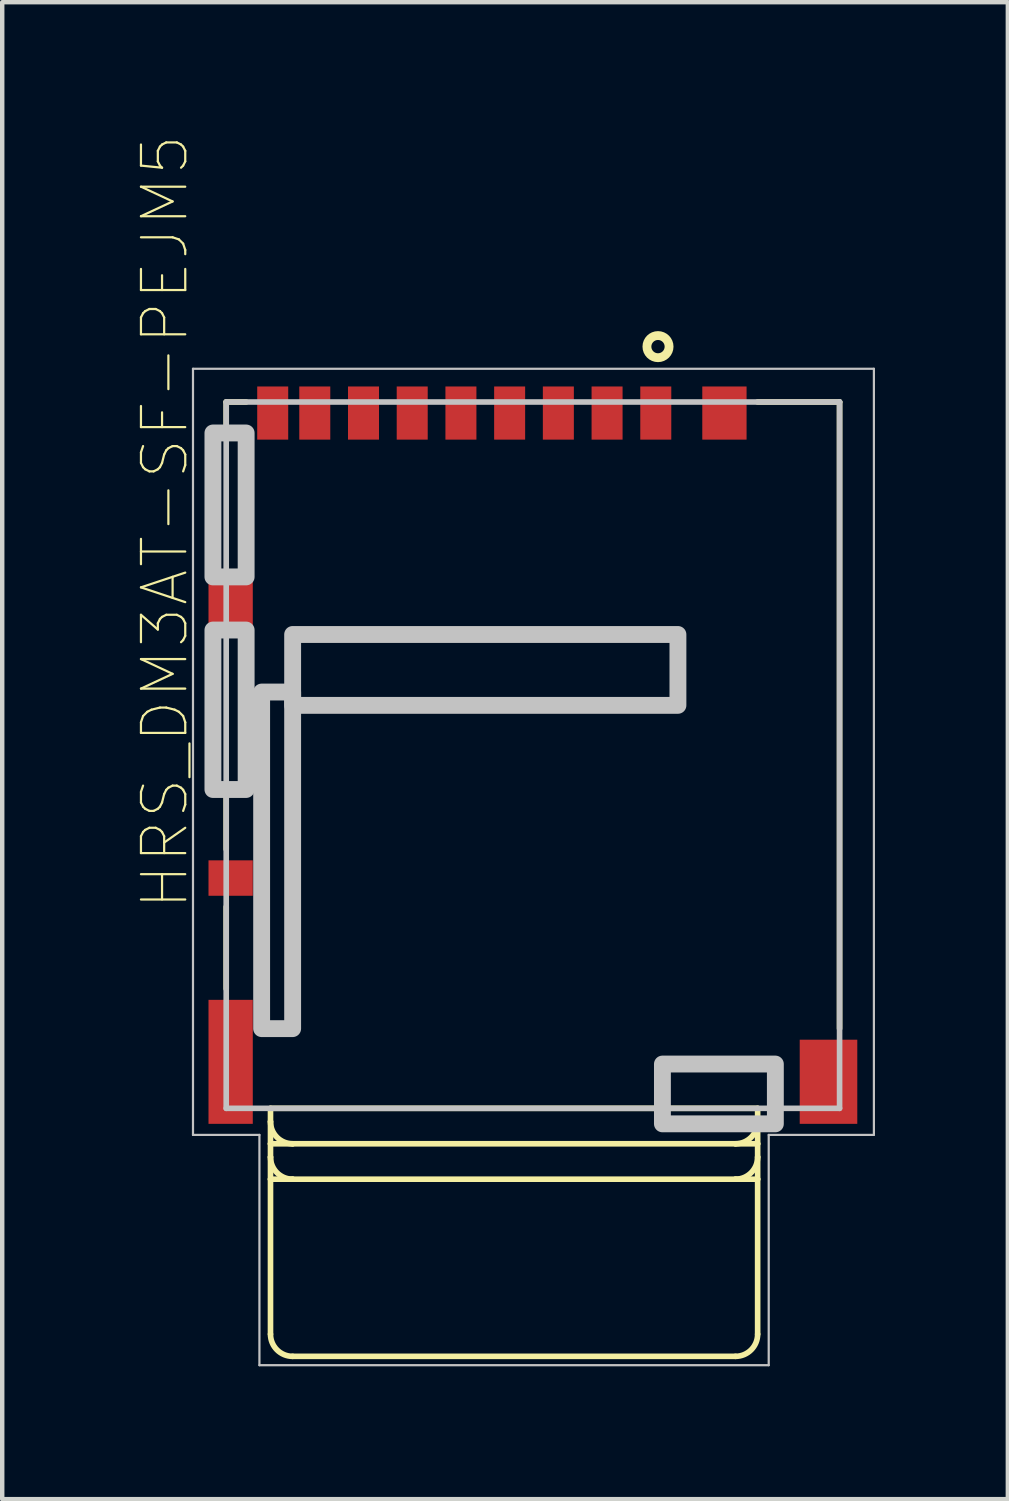
<source format=kicad_pcb>
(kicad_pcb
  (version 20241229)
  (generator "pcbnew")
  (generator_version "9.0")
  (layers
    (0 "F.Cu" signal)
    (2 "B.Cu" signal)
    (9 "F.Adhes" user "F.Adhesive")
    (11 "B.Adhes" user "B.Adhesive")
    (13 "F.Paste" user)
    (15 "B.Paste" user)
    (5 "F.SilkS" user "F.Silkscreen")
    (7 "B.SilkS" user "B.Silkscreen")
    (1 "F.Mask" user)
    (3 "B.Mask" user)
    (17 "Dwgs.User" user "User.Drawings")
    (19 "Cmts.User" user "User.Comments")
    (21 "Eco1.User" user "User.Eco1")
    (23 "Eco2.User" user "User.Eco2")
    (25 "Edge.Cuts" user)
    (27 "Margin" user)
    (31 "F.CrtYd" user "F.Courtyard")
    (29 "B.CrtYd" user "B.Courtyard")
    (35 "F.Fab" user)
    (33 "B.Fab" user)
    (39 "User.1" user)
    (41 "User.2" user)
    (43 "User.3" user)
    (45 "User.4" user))
  (footprint "HRS_DM3AT-SF-PEJM5"
    (layer "F.Cu")
    (at 8.558 6.277)
    (property "Reference" "HRS_DM3AT-SF-PEJM5" (at -7.885 2.46 90) (layer "F.SilkS") (effects (font (size 1 1) (thickness 0.05))))
    (attr smd)
    (fp_line (start -6.5 -0.25) (end -6.5 0.3) (stroke (width 0.127) (type solid)) (layer "F.SilkS"))
    (fp_line (start -6.5 8.65) (end -6.5 9.85) (stroke (width 0.127) (type solid)) (layer "F.SilkS"))
    (fp_line (start -6.5 11.15) (end -6.5 13) (stroke (width 0.127) (type solid)) (layer "F.SilkS"))
    (fp_line (start -6.05 -0.25) (end -6.5 -0.25) (stroke (width 0.127) (type solid)) (layer "F.SilkS"))
    (fp_line (start -5.5 15.7) (end -5.5 16) (stroke (width 0.127) (type solid)) (layer "F.SilkS"))
    (fp_line (start -5.5 15.7) (end 5.5 15.7) (stroke (width 0.127) (type solid)) (layer "F.SilkS"))
    (fp_line (start -5.5 16.5) (end -5.5 16) (stroke (width 0.127) (type solid)) (layer "F.SilkS"))
    (fp_line (start -5.5 16.5) (end -5.5 16.8) (stroke (width 0.127) (type solid)) (layer "F.SilkS"))
    (fp_line (start -5.5 17.3) (end -5.5 16.8) (stroke (width 0.127) (type solid)) (layer "F.SilkS"))
    (fp_line (start -5.5 17.3) (end -5.5 20.8) (stroke (width 0.127) (type solid)) (layer "F.SilkS"))
    (fp_line (start -5 16.5) (end -5.5 16.5) (stroke (width 0.127) (type solid)) (layer "F.SilkS"))
    (fp_line (start -5 17.3) (end -5.5 17.3) (stroke (width 0.127) (type solid)) (layer "F.SilkS"))
    (fp_line (start 5 16.5) (end -5 16.5) (stroke (width 0.127) (type solid)) (layer "F.SilkS"))
    (fp_line (start 5 17.3) (end -5 17.3) (stroke (width 0.127) (type solid)) (layer "F.SilkS"))
    (fp_line (start 5 21.3) (end -5 21.3) (stroke (width 0.127) (type solid)) (layer "F.SilkS"))
    (fp_line (start 5.5 -0.25) (end 7.35 -0.25) (stroke (width 0.127) (type solid)) (layer "F.SilkS"))
    (fp_line (start 5.5 15.7) (end 5.5 16) (stroke (width 0.127) (type solid)) (layer "F.SilkS"))
    (fp_line (start 5.5 16) (end 5.5 16.5) (stroke (width 0.127) (type solid)) (layer "F.SilkS"))
    (fp_line (start 5.5 16.5) (end 5 16.5) (stroke (width 0.127) (type solid)) (layer "F.SilkS"))
    (fp_line (start 5.5 16.5) (end 5.5 16.8) (stroke (width 0.127) (type solid)) (layer "F.SilkS"))
    (fp_line (start 5.5 16.8) (end 5.5 17.3) (stroke (width 0.127) (type solid)) (layer "F.SilkS"))
    (fp_line (start 5.5 17.3) (end 5 17.3) (stroke (width 0.127) (type solid)) (layer "F.SilkS"))
    (fp_line (start 5.5 17.3) (end 5.5 20.8) (stroke (width 0.127) (type solid)) (layer "F.SilkS"))
    (fp_line (start 7.35 -0.25) (end 7.35 13.9) (stroke (width 0.127) (type solid)) (layer "F.SilkS"))
    (fp_arc (start -5 16.5) (mid -5.353553 16.353553) (end -5.5 16) (stroke (width 0.127) (type solid)) (layer "F.SilkS"))
    (fp_arc (start -5 17.3) (mid -5.353553 17.153553) (end -5.5 16.8) (stroke (width 0.127) (type solid)) (layer "F.SilkS"))
    (fp_arc (start -5 21.3) (mid -5.353553 21.153553) (end -5.5 20.8) (stroke (width 0.127) (type solid)) (layer "F.SilkS"))
    (fp_arc (start 5.5 16) (mid 5.353553 16.353553) (end 5 16.5) (stroke (width 0.127) (type solid)) (layer "F.SilkS"))
    (fp_arc (start 5.5 16.8) (mid 5.353553 17.153553) (end 5 17.3) (stroke (width 0.127) (type solid)) (layer "F.SilkS"))
    (fp_arc (start 5.5 20.8) (mid 5.353553 21.153553) (end 5 21.3) (stroke (width 0.127) (type solid)) (layer "F.SilkS"))
    (fp_circle (center 3.25 -1.5) (end 3.5 -1.5) (stroke (width 0.2) (type solid)) (fill no) (layer "F.SilkS"))
    (fp_line (start -7.25 -1) (end 8.125 -1) (stroke (width 0.05) (type solid)) (layer "Dwgs.User"))
    (fp_line (start -7.25 16.3) (end -7.25 -1) (stroke (width 0.05) (type solid)) (layer "Dwgs.User"))
    (fp_line (start -6.5 -0.25) (end 7.35 -0.25) (stroke (width 0.127) (type solid)) (layer "Dwgs.User"))
    (fp_line (start -6.5 15.7) (end -6.5 -0.25) (stroke (width 0.127) (type solid)) (layer "Dwgs.User"))
    (fp_line (start -5.75 16.3) (end -7.25 16.3) (stroke (width 0.05) (type solid)) (layer "Dwgs.User"))
    (fp_line (start -5.75 21.5) (end -5.75 16.3) (stroke (width 0.05) (type solid)) (layer "Dwgs.User"))
    (fp_line (start 5.75 16.3) (end 5.75 21.5) (stroke (width 0.05) (type solid)) (layer "Dwgs.User"))
    (fp_line (start 5.75 21.5) (end -5.75 21.5) (stroke (width 0.05) (type solid)) (layer "Dwgs.User"))
    (fp_line (start 7.35 -0.25) (end 7.35 15.7) (stroke (width 0.127) (type solid)) (layer "Dwgs.User"))
    (fp_line (start 7.35 15.7) (end -6.5 15.7) (stroke (width 0.127) (type solid)) (layer "Dwgs.User"))
    (fp_line (start 8.125 -1) (end 8.125 16.3) (stroke (width 0.05) (type solid)) (layer "Dwgs.User"))
    (fp_line (start 8.125 16.3) (end 5.75 16.3) (stroke (width 0.05) (type solid)) (layer "Dwgs.User"))
    (fp_poly (pts (xy -6.8 0.45) (xy -6.05 0.45) (xy -6.05 3.7) (xy -6.8 3.7)) (stroke (width 0.381) (type solid)) (fill no) (layer "Dwgs.User"))
    (fp_poly (pts (xy -6.8 4.9) (xy -6.05 4.9) (xy -6.05 8.5) (xy -6.8 8.5)) (stroke (width 0.381) (type solid)) (fill no) (layer "Dwgs.User"))
    (fp_poly (pts (xy -5.7 6.3) (xy -5 6.3) (xy -5 13.9) (xy -5.7 13.9)) (stroke (width 0.381) (type solid)) (fill no) (layer "Dwgs.User"))
    (fp_poly (pts (xy -5 5) (xy 3.7 5) (xy 3.7 6.6) (xy -5 6.6)) (stroke (width 0.381) (type solid)) (fill no) (layer "Dwgs.User"))
    (fp_poly (pts (xy 3.35 14.7) (xy 5.9 14.7) (xy 5.9 16.05) (xy 3.35 16.05)) (stroke (width 0.381) (type solid)) (fill no) (layer "Dwgs.User"))
    (pad "1" smd rect (at 3.2 0) (size 0.7 1.2) (layers "F.Cu" "F.Mask" "F.Paste"))
    (pad "2" smd rect (at 2.1 0) (size 0.7 1.2) (layers "F.Cu" "F.Mask" "F.Paste"))
    (pad "3" smd rect (at 1 0) (size 0.7 1.2) (layers "F.Cu" "F.Mask" "F.Paste"))
    (pad "4" smd rect (at -0.1 0) (size 0.7 1.2) (layers "F.Cu" "F.Mask" "F.Paste"))
    (pad "5" smd rect (at -1.2 0) (size 0.7 1.2) (layers "F.Cu" "F.Mask" "F.Paste"))
    (pad "6" smd rect (at -2.3 0) (size 0.7 1.2) (layers "F.Cu" "F.Mask" "F.Paste"))
    (pad "7" smd rect (at -3.4 0) (size 0.7 1.2) (layers "F.Cu" "F.Mask" "F.Paste"))
    (pad "8" smd rect (at -4.5 0) (size 0.7 1.2) (layers "F.Cu" "F.Mask" "F.Paste"))
    (pad "P1" smd rect (at -6.4 4.3) (size 1 1.2) (layers "F.Cu" "F.Mask" "F.Paste"))
    (pad "P2" smd rect (at -6.4 14.65) (size 1 2.8) (layers "F.Cu" "F.Mask" "F.Paste"))
    (pad "P3" smd rect (at 7.1 15.1) (size 1.3 1.9) (layers "F.Cu" "F.Mask" "F.Paste"))
    (pad "P4" smd rect (at 4.75 0) (size 1 1.2) (layers "F.Cu" "F.Mask" "F.Paste"))
    (pad "SWA" smd rect (at -6.4 10.5) (size 1 0.8) (layers "F.Cu" "F.Mask" "F.Paste"))
    (pad "SWB" smd rect (at -5.45 0) (size 0.7 1.2) (layers "F.Cu" "F.Mask" "F.Paste")))
  (gr_rect
    (start -3 -3)
    (end 19.708 30.802)
    (stroke (width 0.1) (type default))
    (fill no)
    (layer "Edge.Cuts")))
</source>
